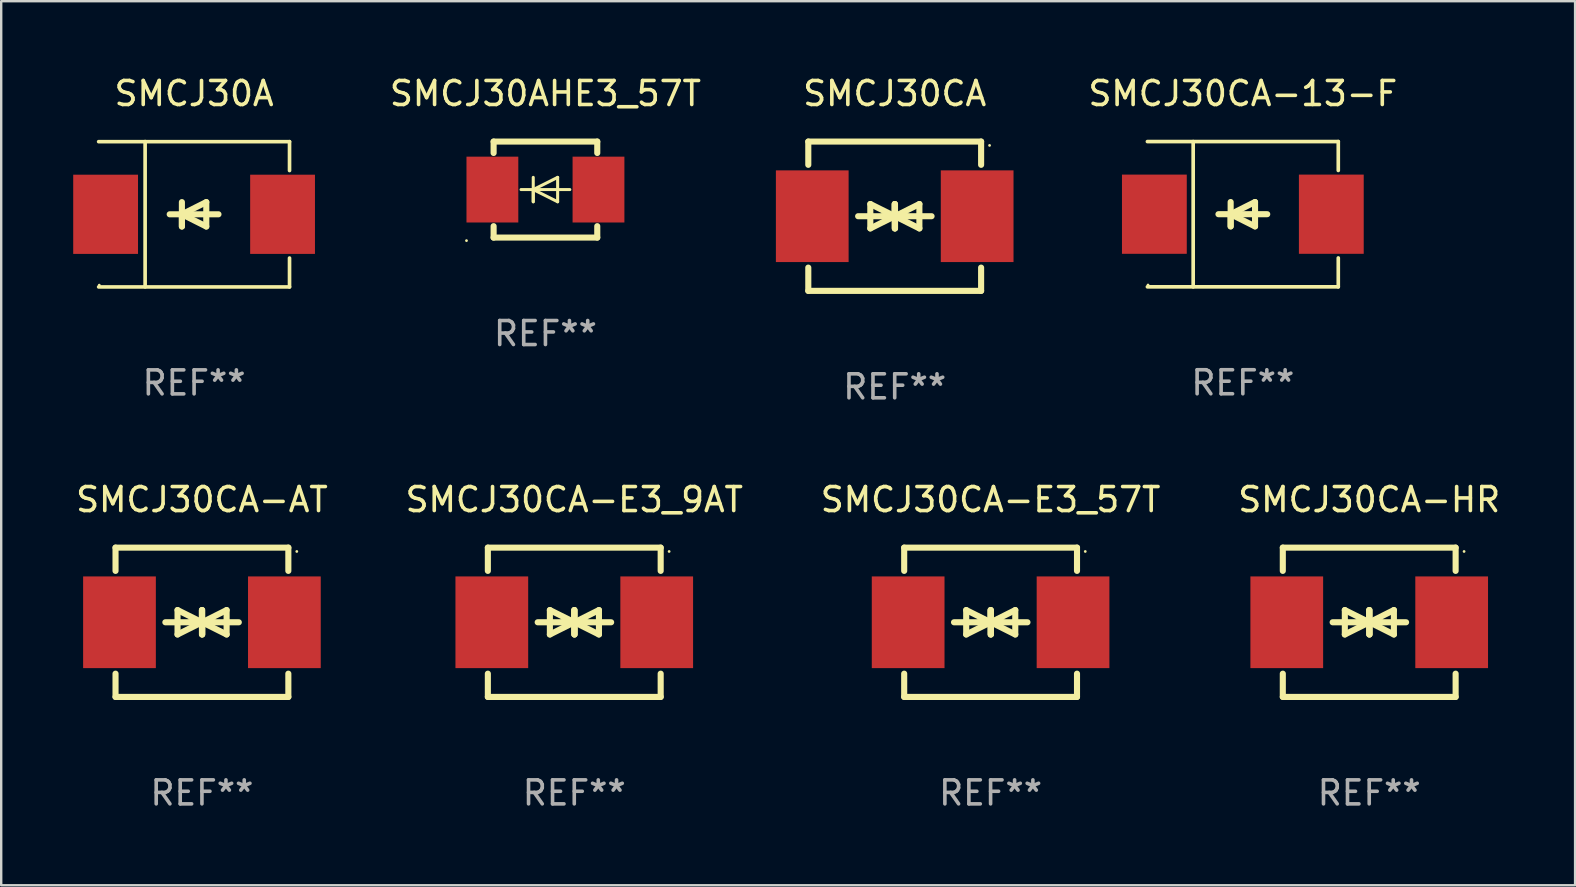
<source format=kicad_pcb>
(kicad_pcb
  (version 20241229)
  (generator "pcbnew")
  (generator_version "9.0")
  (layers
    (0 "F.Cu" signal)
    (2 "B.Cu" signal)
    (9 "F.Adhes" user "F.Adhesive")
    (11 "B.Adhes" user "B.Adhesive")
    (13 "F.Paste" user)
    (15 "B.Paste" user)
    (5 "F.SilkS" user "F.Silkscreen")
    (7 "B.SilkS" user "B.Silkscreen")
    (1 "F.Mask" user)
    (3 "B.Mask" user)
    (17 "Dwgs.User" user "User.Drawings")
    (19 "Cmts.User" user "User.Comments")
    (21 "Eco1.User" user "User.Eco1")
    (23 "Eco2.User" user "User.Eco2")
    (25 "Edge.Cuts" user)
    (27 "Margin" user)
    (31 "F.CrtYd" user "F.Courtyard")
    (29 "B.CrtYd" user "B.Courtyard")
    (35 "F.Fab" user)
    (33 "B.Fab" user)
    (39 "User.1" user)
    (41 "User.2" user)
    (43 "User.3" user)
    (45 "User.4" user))
  (footprint "SMCJ30AHE3_57T"
    (layer "F.Cu")
    (at 19.674 4.848)
    (property "Reference" "SMCJ30AHE3_57T" (at 0 -4 0) (layer "F.SilkS") (effects (font (size 1 1) (thickness 0.15))))
    (attr through_hole)
    (fp_line (start -2.159 -2) (end 2.159 -2) (stroke (width 0.254) (type solid)) (layer "F.SilkS"))
    (fp_line (start -2.159 -1.524) (end -2.159 -2) (stroke (width 0.254) (type solid)) (layer "F.SilkS"))
    (fp_line (start -2.159 1.524) (end -2.159 2) (stroke (width 0.254) (type solid)) (layer "F.SilkS"))
    (fp_line (start -2.159 2) (end 2.159 2) (stroke (width 0.254) (type solid)) (layer "F.SilkS"))
    (fp_line (start -0.508 0) (end -0.508 0.508) (stroke (width 0.127) (type solid)) (layer "F.SilkS"))
    (fp_line (start -0.508 0) (end 0.508 0.508) (stroke (width 0.127) (type solid)) (layer "F.SilkS"))
    (fp_line (start -0.508 0.508) (end -0.508 -0.508) (stroke (width 0.127) (type solid)) (layer "F.SilkS"))
    (fp_line (start 0.508 -0.508) (end -0.508 0) (stroke (width 0.127) (type solid)) (layer "F.SilkS"))
    (fp_line (start 0.508 0.508) (end 0.508 -0.508) (stroke (width 0.127) (type solid)) (layer "F.SilkS"))
    (fp_line (start 1.016 0) (end -1.016 0) (stroke (width 0.127) (type solid)) (layer "F.SilkS"))
    (fp_line (start 2.159 -2) (end 2.159 -1.524) (stroke (width 0.254) (type solid)) (layer "F.SilkS"))
    (fp_line (start 2.159 2) (end 2.159 1.524) (stroke (width 0.254) (type solid)) (layer "F.SilkS"))
    (fp_circle (center -3.289 2.127) (end -3.259 2.127) (stroke (width 0.06) (type solid)) (fill no) (layer "F.SilkS"))
    (fp_text user "REF**" (at 0 6 0) (layer "F.Fab") (effects (font (size 1 1) (thickness 0.15))))
    (pad "1" smd rect (at -2.21 0 180) (size 2.159 2.743) (layers "F.Cu" "F.Mask" "F.Paste"))
    (pad "2" smd rect (at 2.21 0 180) (size 2.159 2.743) (layers "F.Cu" "F.Mask" "F.Paste")))
  (footprint "SMCJ30A"
    (layer "F.Cu")
    (at 5.036 5.876)
    (property "Reference" "SMCJ30A" (at 0 -5.028 0) (layer "F.SilkS") (effects (font (size 1 1) (thickness 0.15))))
    (attr through_hole)
    (fp_line (start -3.976 -3.024) (end 3.976 -3.024) (stroke (width 0.152) (type solid)) (layer "F.SilkS"))
    (fp_line (start -3.976 3.028) (end 3.976 3.028) (stroke (width 0.152) (type solid)) (layer "F.SilkS"))
    (fp_line (start -2.04 -3.028) (end -2.04 3.024) (stroke (width 0.152) (type solid)) (layer "F.SilkS"))
    (fp_line (start -0.508 0.002) (end -0.508 0.51) (stroke (width 0.254) (type solid)) (layer "F.SilkS"))
    (fp_line (start -0.508 0.002) (end 0.508 0.51) (stroke (width 0.254) (type solid)) (layer "F.SilkS"))
    (fp_line (start -0.508 0.51) (end -0.508 -0.506) (stroke (width 0.254) (type solid)) (layer "F.SilkS"))
    (fp_line (start 0.508 -0.506) (end -0.508 0.002) (stroke (width 0.254) (type solid)) (layer "F.SilkS"))
    (fp_line (start 0.508 0.51) (end 0.508 -0.506) (stroke (width 0.254) (type solid)) (layer "F.SilkS"))
    (fp_line (start 1.016 0.002) (end -1.016 0.002) (stroke (width 0.254) (type solid)) (layer "F.SilkS"))
    (fp_line (start 3.976 -3.024) (end 3.976 -1.821) (stroke (width 0.152) (type solid)) (layer "F.SilkS"))
    (fp_line (start 3.976 3.028) (end 3.976 1.825) (stroke (width 0.152) (type solid)) (layer "F.SilkS"))
    (fp_circle (center -3.95 2.953) (end -3.92 2.953) (stroke (width 0.06) (type solid)) (fill no) (layer "F.SilkS"))
    (fp_text user "REF**" (at 0 7.028 0) (layer "F.Fab") (effects (font (size 1 1) (thickness 0.15))))
    (pad "1" smd rect (at -3.686 0.002) (size 2.7 3.3) (layers "F.Cu" "F.Mask" "F.Paste"))
    (pad "2" smd rect (at 3.686 0.002) (size 2.7 3.3) (layers "F.Cu" "F.Mask" "F.Paste")))
  (footprint "SMCJ30CA-HR"
    (layer "F.Cu")
    (at 53.994 22.875)
    (property "Reference" "SMCJ30CA-HR" (at 0 -5.11 0) (layer "F.SilkS") (effects (font (size 1 1) (thickness 0.15))))
    (attr through_hole)
    (fp_line (start -3.6 -2.141) (end -3.6 -3.11) (stroke (width 0.254) (type solid)) (layer "F.SilkS"))
    (fp_line (start -3.6 3.11) (end -3.6 2.141) (stroke (width 0.254) (type solid)) (layer "F.SilkS"))
    (fp_line (start -1.524 0) (end 0.508 0) (stroke (width 0.254) (type solid)) (layer "F.SilkS"))
    (fp_line (start -1.016 -0.508) (end -1.016 0.508) (stroke (width 0.254) (type solid)) (layer "F.SilkS"))
    (fp_line (start -1.016 0.508) (end 0 0) (stroke (width 0.254) (type solid)) (layer "F.SilkS"))
    (fp_line (start 0 -0.508) (end 0 0.508) (stroke (width 0.254) (type solid)) (layer "F.SilkS"))
    (fp_line (start 0 0) (end -1.016 -0.508) (stroke (width 0.254) (type solid)) (layer "F.SilkS"))
    (fp_line (start 0 0) (end 0 -0.508) (stroke (width 0.254) (type solid)) (layer "F.SilkS"))
    (fp_line (start 0.012 0) (end 0.012 0.508) (stroke (width 0.254) (type solid)) (layer "F.SilkS"))
    (fp_line (start 0.012 0) (end 1.028 0.508) (stroke (width 0.254) (type solid)) (layer "F.SilkS"))
    (fp_line (start 0.012 0.508) (end 0.012 -0.508) (stroke (width 0.254) (type solid)) (layer "F.SilkS"))
    (fp_line (start 1.028 -0.508) (end 0.012 0) (stroke (width 0.254) (type solid)) (layer "F.SilkS"))
    (fp_line (start 1.028 0.508) (end 1.028 -0.508) (stroke (width 0.254) (type solid)) (layer "F.SilkS"))
    (fp_line (start 1.536 0) (end -0.496 0) (stroke (width 0.254) (type solid)) (layer "F.SilkS"))
    (fp_line (start 3.6 -3.11) (end -3.6 -3.11) (stroke (width 0.254) (type solid)) (layer "F.SilkS"))
    (fp_line (start 3.6 -2.141) (end 3.6 -3.11) (stroke (width 0.254) (type solid)) (layer "F.SilkS"))
    (fp_line (start 3.6 3.11) (end -3.6 3.11) (stroke (width 0.254) (type solid)) (layer "F.SilkS"))
    (fp_line (start 3.6 3.11) (end 3.6 2.141) (stroke (width 0.254) (type solid)) (layer "F.SilkS"))
    (fp_circle (center 3.952 -2.95) (end 3.982 -2.95) (stroke (width 0.06) (type solid)) (fill no) (layer "F.SilkS"))
    (fp_text user "REF**" (at 0 7.11 0) (layer "F.Fab") (effects (font (size 1 1) (thickness 0.15))))
    (pad "1" smd rect (at 3.435 0) (size 3.03 3.82) (layers "F.Cu" "F.Mask" "F.Paste"))
    (pad "2" smd rect (at -3.435 0) (size 3.03 3.82) (layers "F.Cu" "F.Mask" "F.Paste")))
  (footprint "SMCJ30CA-E3_9AT"
    (layer "F.Cu")
    (at 20.875 22.875)
    (property "Reference" "SMCJ30CA-E3_9AT" (at 0 -5.11 0) (layer "F.SilkS") (effects (font (size 1 1) (thickness 0.15))))
    (attr through_hole)
    (fp_line (start -3.6 -2.141) (end -3.6 -3.11) (stroke (width 0.254) (type solid)) (layer "F.SilkS"))
    (fp_line (start -3.6 3.11) (end -3.6 2.141) (stroke (width 0.254) (type solid)) (layer "F.SilkS"))
    (fp_line (start -1.524 0) (end 0.508 0) (stroke (width 0.254) (type solid)) (layer "F.SilkS"))
    (fp_line (start -1.016 -0.508) (end -1.016 0.508) (stroke (width 0.254) (type solid)) (layer "F.SilkS"))
    (fp_line (start -1.016 0.508) (end 0 0) (stroke (width 0.254) (type solid)) (layer "F.SilkS"))
    (fp_line (start 0 -0.508) (end 0 0.508) (stroke (width 0.254) (type solid)) (layer "F.SilkS"))
    (fp_line (start 0 0) (end -1.016 -0.508) (stroke (width 0.254) (type solid)) (layer "F.SilkS"))
    (fp_line (start 0 0) (end 0 -0.508) (stroke (width 0.254) (type solid)) (layer "F.SilkS"))
    (fp_line (start 0.012 0) (end 0.012 0.508) (stroke (width 0.254) (type solid)) (layer "F.SilkS"))
    (fp_line (start 0.012 0) (end 1.028 0.508) (stroke (width 0.254) (type solid)) (layer "F.SilkS"))
    (fp_line (start 0.012 0.508) (end 0.012 -0.508) (stroke (width 0.254) (type solid)) (layer "F.SilkS"))
    (fp_line (start 1.028 -0.508) (end 0.012 0) (stroke (width 0.254) (type solid)) (layer "F.SilkS"))
    (fp_line (start 1.028 0.508) (end 1.028 -0.508) (stroke (width 0.254) (type solid)) (layer "F.SilkS"))
    (fp_line (start 1.536 0) (end -0.496 0) (stroke (width 0.254) (type solid)) (layer "F.SilkS"))
    (fp_line (start 3.6 -3.11) (end -3.6 -3.11) (stroke (width 0.254) (type solid)) (layer "F.SilkS"))
    (fp_line (start 3.6 -2.141) (end 3.6 -3.11) (stroke (width 0.254) (type solid)) (layer "F.SilkS"))
    (fp_line (start 3.6 3.11) (end -3.6 3.11) (stroke (width 0.254) (type solid)) (layer "F.SilkS"))
    (fp_line (start 3.6 3.11) (end 3.6 2.141) (stroke (width 0.254) (type solid)) (layer "F.SilkS"))
    (fp_circle (center 3.952 -2.95) (end 3.982 -2.95) (stroke (width 0.06) (type solid)) (fill no) (layer "F.SilkS"))
    (fp_text user "REF**" (at 0 7.11 0) (layer "F.Fab") (effects (font (size 1 1) (thickness 0.15))))
    (pad "1" smd rect (at 3.435 0) (size 3.03 3.82) (layers "F.Cu" "F.Mask" "F.Paste"))
    (pad "2" smd rect (at -3.435 0) (size 3.03 3.82) (layers "F.Cu" "F.Mask" "F.Paste")))
  (footprint "SMCJ30CA-13-F"
    (layer "F.Cu")
    (at 48.729 5.874)
    (property "Reference" "SMCJ30CA-13-F" (at 0 -5.026 0) (layer "F.SilkS") (effects (font (size 1 1) (thickness 0.15))))
    (attr through_hole)
    (fp_line (start -3.976 -3.026) (end 3.976 -3.026) (stroke (width 0.152) (type solid)) (layer "F.SilkS"))
    (fp_line (start -3.976 3.026) (end 3.976 3.026) (stroke (width 0.152) (type solid)) (layer "F.SilkS"))
    (fp_line (start -2.069 -3.026) (end -2.069 3.026) (stroke (width 0.152) (type solid)) (layer "F.SilkS"))
    (fp_line (start -0.508 0) (end -0.508 0.508) (stroke (width 0.254) (type solid)) (layer "F.SilkS"))
    (fp_line (start -0.508 0) (end 0.508 0.508) (stroke (width 0.254) (type solid)) (layer "F.SilkS"))
    (fp_line (start -0.508 0.508) (end -0.508 -0.508) (stroke (width 0.254) (type solid)) (layer "F.SilkS"))
    (fp_line (start 0.508 -0.508) (end -0.508 0) (stroke (width 0.254) (type solid)) (layer "F.SilkS"))
    (fp_line (start 0.508 0.508) (end 0.508 -0.508) (stroke (width 0.254) (type solid)) (layer "F.SilkS"))
    (fp_line (start 1.016 0) (end -1.016 0) (stroke (width 0.254) (type solid)) (layer "F.SilkS"))
    (fp_line (start 3.976 -3.026) (end 3.976 -1.823) (stroke (width 0.152) (type solid)) (layer "F.SilkS"))
    (fp_line (start 3.976 3.026) (end 3.976 1.823) (stroke (width 0.152) (type solid)) (layer "F.SilkS"))
    (fp_circle (center -3.95 2.95) (end -3.92 2.95) (stroke (width 0.06) (type solid)) (fill no) (layer "F.SilkS"))
    (fp_text user "REF**" (at 0 7.026 0) (layer "F.Fab") (effects (font (size 1 1) (thickness 0.15))))
    (pad "1" smd rect (at -3.686 0) (size 2.7 3.3) (layers "F.Cu" "F.Mask" "F.Paste"))
    (pad "2" smd rect (at 3.686 0) (size 2.7 3.3) (layers "F.Cu" "F.Mask" "F.Paste")))
  (footprint "SMCJ30CA-E3_57T"
    (layer "F.Cu")
    (at 38.22 22.875)
    (property "Reference" "SMCJ30CA-E3_57T" (at 0 -5.11 0) (layer "F.SilkS") (effects (font (size 1 1) (thickness 0.15))))
    (attr through_hole)
    (fp_line (start -3.6 -2.141) (end -3.6 -3.11) (stroke (width 0.254) (type solid)) (layer "F.SilkS"))
    (fp_line (start -3.6 3.11) (end -3.6 2.141) (stroke (width 0.254) (type solid)) (layer "F.SilkS"))
    (fp_line (start -1.524 0) (end 0.508 0) (stroke (width 0.254) (type solid)) (layer "F.SilkS"))
    (fp_line (start -1.016 -0.508) (end -1.016 0.508) (stroke (width 0.254) (type solid)) (layer "F.SilkS"))
    (fp_line (start -1.016 0.508) (end 0 0) (stroke (width 0.254) (type solid)) (layer "F.SilkS"))
    (fp_line (start 0 -0.508) (end 0 0.508) (stroke (width 0.254) (type solid)) (layer "F.SilkS"))
    (fp_line (start 0 0) (end -1.016 -0.508) (stroke (width 0.254) (type solid)) (layer "F.SilkS"))
    (fp_line (start 0 0) (end 0 -0.508) (stroke (width 0.254) (type solid)) (layer "F.SilkS"))
    (fp_line (start 0.012 0) (end 0.012 0.508) (stroke (width 0.254) (type solid)) (layer "F.SilkS"))
    (fp_line (start 0.012 0) (end 1.028 0.508) (stroke (width 0.254) (type solid)) (layer "F.SilkS"))
    (fp_line (start 0.012 0.508) (end 0.012 -0.508) (stroke (width 0.254) (type solid)) (layer "F.SilkS"))
    (fp_line (start 1.028 -0.508) (end 0.012 0) (stroke (width 0.254) (type solid)) (layer "F.SilkS"))
    (fp_line (start 1.028 0.508) (end 1.028 -0.508) (stroke (width 0.254) (type solid)) (layer "F.SilkS"))
    (fp_line (start 1.536 0) (end -0.496 0) (stroke (width 0.254) (type solid)) (layer "F.SilkS"))
    (fp_line (start 3.6 -3.11) (end -3.6 -3.11) (stroke (width 0.254) (type solid)) (layer "F.SilkS"))
    (fp_line (start 3.6 -2.141) (end 3.6 -3.11) (stroke (width 0.254) (type solid)) (layer "F.SilkS"))
    (fp_line (start 3.6 3.11) (end -3.6 3.11) (stroke (width 0.254) (type solid)) (layer "F.SilkS"))
    (fp_line (start 3.6 3.11) (end 3.6 2.141) (stroke (width 0.254) (type solid)) (layer "F.SilkS"))
    (fp_circle (center 3.944 -2.95) (end 3.974 -2.95) (stroke (width 0.06) (type solid)) (fill no) (layer "F.SilkS"))
    (fp_text user "REF**" (at 0 7.11 0) (layer "F.Fab") (effects (font (size 1 1) (thickness 0.15))))
    (pad "1" smd rect (at 3.435 0) (size 3.03 3.82) (layers "F.Cu" "F.Mask" "F.Paste"))
    (pad "2" smd rect (at -3.435 0) (size 3.03 3.82) (layers "F.Cu" "F.Mask" "F.Paste")))
  (footprint "SMCJ30CA"
    (layer "F.Cu")
    (at 34.225 5.958)
    (property "Reference" "SMCJ30CA" (at 0 -5.11 0) (layer "F.SilkS") (effects (font (size 1 1) (thickness 0.15))))
    (attr through_hole)
    (fp_line (start -3.6 -2.141) (end -3.6 -3.11) (stroke (width 0.254) (type solid)) (layer "F.SilkS"))
    (fp_line (start -3.6 3.11) (end -3.6 2.141) (stroke (width 0.254) (type solid)) (layer "F.SilkS"))
    (fp_line (start -1.524 0) (end 0.508 0) (stroke (width 0.254) (type solid)) (layer "F.SilkS"))
    (fp_line (start -1.016 -0.508) (end -1.016 0.508) (stroke (width 0.254) (type solid)) (layer "F.SilkS"))
    (fp_line (start -1.016 0.508) (end 0 0) (stroke (width 0.254) (type solid)) (layer "F.SilkS"))
    (fp_line (start 0 -0.508) (end 0 0.508) (stroke (width 0.254) (type solid)) (layer "F.SilkS"))
    (fp_line (start 0 0) (end -1.016 -0.508) (stroke (width 0.254) (type solid)) (layer "F.SilkS"))
    (fp_line (start 0 0) (end 0 -0.508) (stroke (width 0.254) (type solid)) (layer "F.SilkS"))
    (fp_line (start 0.012 0) (end 0.012 0.508) (stroke (width 0.254) (type solid)) (layer "F.SilkS"))
    (fp_line (start 0.012 0) (end 1.028 0.508) (stroke (width 0.254) (type solid)) (layer "F.SilkS"))
    (fp_line (start 0.012 0.508) (end 0.012 -0.508) (stroke (width 0.254) (type solid)) (layer "F.SilkS"))
    (fp_line (start 1.028 -0.508) (end 0.012 0) (stroke (width 0.254) (type solid)) (layer "F.SilkS"))
    (fp_line (start 1.028 0.508) (end 1.028 -0.508) (stroke (width 0.254) (type solid)) (layer "F.SilkS"))
    (fp_line (start 1.536 0) (end -0.496 0) (stroke (width 0.254) (type solid)) (layer "F.SilkS"))
    (fp_line (start 3.6 -3.11) (end -3.6 -3.11) (stroke (width 0.254) (type solid)) (layer "F.SilkS"))
    (fp_line (start 3.6 -2.141) (end 3.6 -3.11) (stroke (width 0.254) (type solid)) (layer "F.SilkS"))
    (fp_line (start 3.6 3.11) (end -3.6 3.11) (stroke (width 0.254) (type solid)) (layer "F.SilkS"))
    (fp_line (start 3.6 3.11) (end 3.6 2.141) (stroke (width 0.254) (type solid)) (layer "F.SilkS"))
    (fp_circle (center 3.952 -2.95) (end 3.982 -2.95) (stroke (width 0.06) (type solid)) (fill no) (layer "F.SilkS"))
    (fp_text user "REF**" (at 0 7.11 0) (layer "F.Fab") (effects (font (size 1 1) (thickness 0.15))))
    (pad "1" smd rect (at 3.435 0) (size 3.03 3.82) (layers "F.Cu" "F.Mask" "F.Paste"))
    (pad "2" smd rect (at -3.435 0) (size 3.03 3.82) (layers "F.Cu" "F.Mask" "F.Paste")))
  (footprint "SMCJ30CA-AT"
    (layer "F.Cu")
    (at 5.363 22.875)
    (property "Reference" "SMCJ30CA-AT" (at 0 -5.11 0) (layer "F.SilkS") (effects (font (size 1 1) (thickness 0.15))))
    (attr through_hole)
    (fp_line (start -3.6 -2.141) (end -3.6 -3.11) (stroke (width 0.254) (type solid)) (layer "F.SilkS"))
    (fp_line (start -3.6 3.11) (end -3.6 2.141) (stroke (width 0.254) (type solid)) (layer "F.SilkS"))
    (fp_line (start -1.524 0) (end 0.508 0) (stroke (width 0.254) (type solid)) (layer "F.SilkS"))
    (fp_line (start -1.016 -0.508) (end -1.016 0.508) (stroke (width 0.254) (type solid)) (layer "F.SilkS"))
    (fp_line (start -1.016 0.508) (end 0 0) (stroke (width 0.254) (type solid)) (layer "F.SilkS"))
    (fp_line (start 0 -0.508) (end 0 0.508) (stroke (width 0.254) (type solid)) (layer "F.SilkS"))
    (fp_line (start 0 0) (end -1.016 -0.508) (stroke (width 0.254) (type solid)) (layer "F.SilkS"))
    (fp_line (start 0 0) (end 0 -0.508) (stroke (width 0.254) (type solid)) (layer "F.SilkS"))
    (fp_line (start 0.012 0) (end 0.012 0.508) (stroke (width 0.254) (type solid)) (layer "F.SilkS"))
    (fp_line (start 0.012 0) (end 1.028 0.508) (stroke (width 0.254) (type solid)) (layer "F.SilkS"))
    (fp_line (start 0.012 0.508) (end 0.012 -0.508) (stroke (width 0.254) (type solid)) (layer "F.SilkS"))
    (fp_line (start 1.028 -0.508) (end 0.012 0) (stroke (width 0.254) (type solid)) (layer "F.SilkS"))
    (fp_line (start 1.028 0.508) (end 1.028 -0.508) (stroke (width 0.254) (type solid)) (layer "F.SilkS"))
    (fp_line (start 1.536 0) (end -0.496 0) (stroke (width 0.254) (type solid)) (layer "F.SilkS"))
    (fp_line (start 3.6 -3.11) (end -3.6 -3.11) (stroke (width 0.254) (type solid)) (layer "F.SilkS"))
    (fp_line (start 3.6 -2.141) (end 3.6 -3.11) (stroke (width 0.254) (type solid)) (layer "F.SilkS"))
    (fp_line (start 3.6 3.11) (end -3.6 3.11) (stroke (width 0.254) (type solid)) (layer "F.SilkS"))
    (fp_line (start 3.6 3.11) (end 3.6 2.141) (stroke (width 0.254) (type solid)) (layer "F.SilkS"))
    (fp_circle (center 3.952 -2.95) (end 3.982 -2.95) (stroke (width 0.06) (type solid)) (fill no) (layer "F.SilkS"))
    (fp_text user "REF**" (at 0 7.11 0) (layer "F.Fab") (effects (font (size 1 1) (thickness 0.15))))
    (pad "1" smd rect (at 3.435 0) (size 3.03 3.82) (layers "F.Cu" "F.Mask" "F.Paste"))
    (pad "2" smd rect (at -3.435 0) (size 3.03 3.82) (layers "F.Cu" "F.Mask" "F.Paste")))
  (gr_rect
    (start -3 -3)
    (end 62.571 33.833)
    (stroke (width 0.1) (type default))
    (fill no)
    (layer "Edge.Cuts")))
</source>
